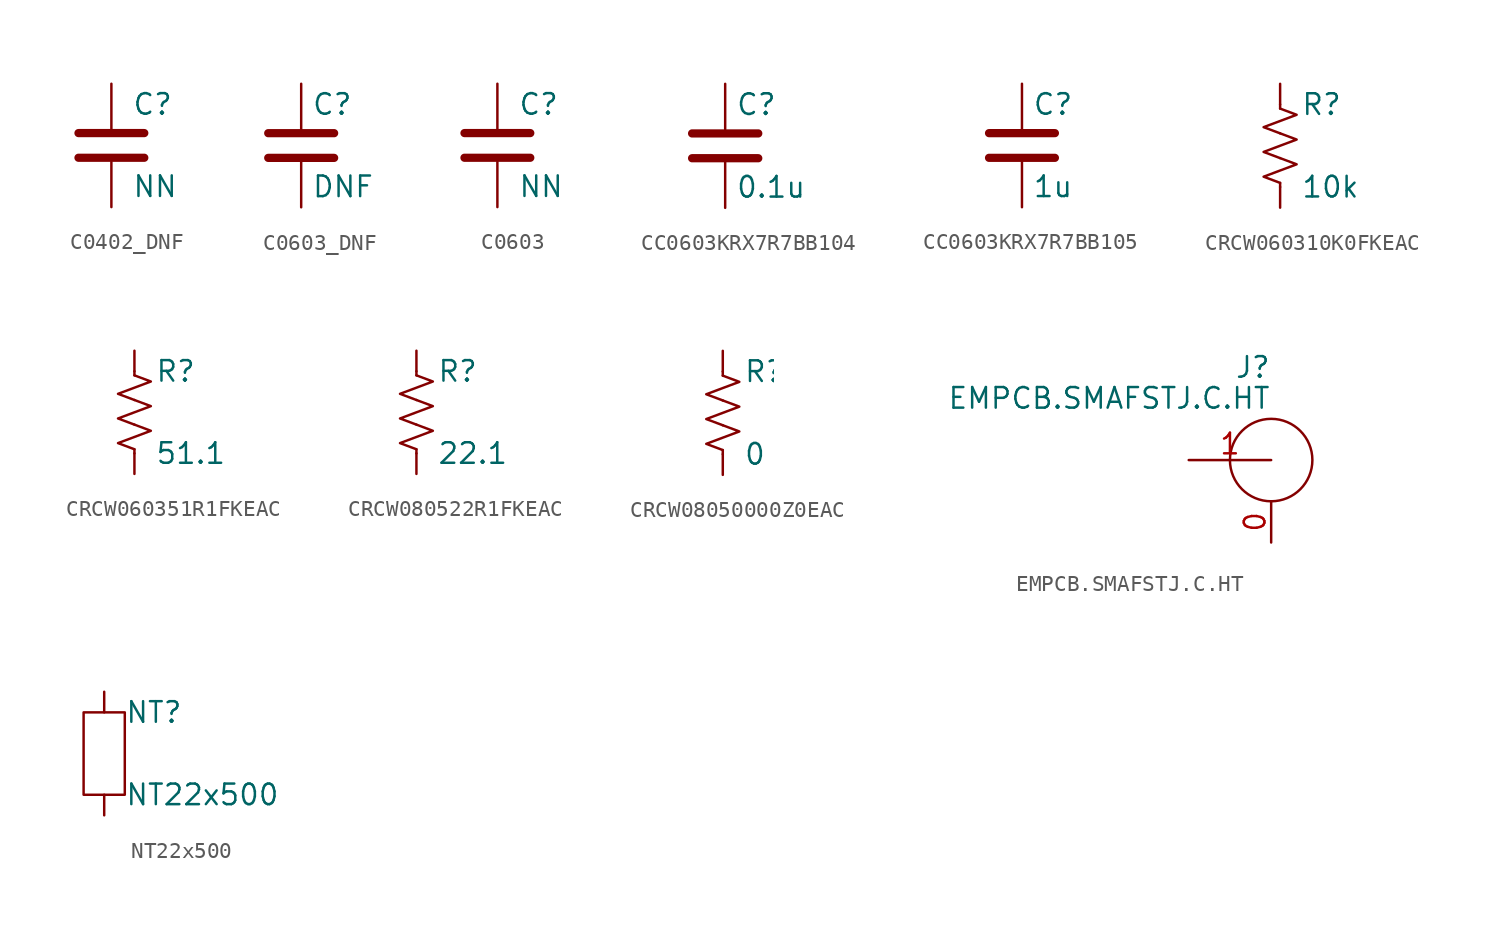
<source format=kicad_sym>
(kicad_symbol_lib
  (version 20231120)
  (generator "kicad_symbol_editor")
  (generator_version "8.0")
  (symbol "C0402_DNF"
    (pin_numbers hide)
    (pin_names
      (offset 0.254))
    (property "Reference" "C"
      (at 1.27 2.54 0)
      (effects (font (size 1.27 1.27)) (justify left)))
    (property "Value" "NN"
      (at 1.27 -2.54 0)
      (effects (font (size 1.27 1.27)) (justify left)))
    (symbol "C0402_DNF_0_1"
      (polyline (pts (xy -2.032 -0.762) (xy 2.032 -0.762)) (stroke (width 0.508) (type default)) (fill (type none)))
      (polyline (pts (xy -2.032 0.762) (xy 2.032 0.762)) (stroke (width 0.508) (type default)) (fill (type none))))
    (symbol "C0402_DNF_1_1"
      (pin passive line (at 0 3.81 270) (length 2.794) (name "~" (effects (font (size 1.27 1.27)))) (number "1" (effects (font (size 1.27 1.27)))))
      (pin passive line (at 0 -3.81 90) (length 2.794) (name "~" (effects (font (size 1.27 1.27)))) (number "2" (effects (font (size 1.27 1.27)))))))
  (symbol "C0603_DNF"
    (pin_numbers hide)
    (pin_names
      (offset 0.254))
    (property "Reference" "C"
      (at 0.635 2.54 0)
      (effects (font (size 1.27 1.27)) (justify left)))
    (property "Value" "DNF"
      (at 0.635 -2.54 0)
      (effects (font (size 1.27 1.27)) (justify left)))
    (symbol "C0603_DNF_0_1"
      (polyline (pts (xy -2.032 -0.762) (xy 2.032 -0.762)) (stroke (width 0.508) (type default)) (fill (type none)))
      (polyline (pts (xy -2.032 0.762) (xy 2.032 0.762)) (stroke (width 0.508) (type default)) (fill (type none))))
    (symbol "C0603_DNF_1_1"
      (pin passive line (at 0 3.81 270) (length 2.794) (name "~" (effects (font (size 1.27 1.27)))) (number "1" (effects (font (size 1.27 1.27)))))
      (pin passive line (at 0 -3.81 90) (length 2.794) (name "~" (effects (font (size 1.27 1.27)))) (number "2" (effects (font (size 1.27 1.27)))))))
  (symbol "C0603"
    (pin_numbers hide)
    (pin_names
      (offset 0.254))
    (property "Reference" "C"
      (at 1.27 2.54 0)
      (effects (font (size 1.27 1.27)) (justify left)))
    (property "Value" "NN"
      (at 1.27 -2.54 0)
      (effects (font (size 1.27 1.27)) (justify left)))
    (symbol "C0603_0_1"
      (polyline (pts (xy -2.032 -0.762) (xy 2.032 -0.762)) (stroke (width 0.508) (type default)) (fill (type none)))
      (polyline (pts (xy -2.032 0.762) (xy 2.032 0.762)) (stroke (width 0.508) (type default)) (fill (type none))))
    (symbol "C0603_1_1"
      (pin passive line (at 0 3.81 270) (length 2.794) (name "~" (effects (font (size 1.27 1.27)))) (number "1" (effects (font (size 1.27 1.27)))))
      (pin passive line (at 0 -3.81 90) (length 2.794) (name "~" (effects (font (size 1.27 1.27)))) (number "2" (effects (font (size 1.27 1.27)))))))
  (symbol "CC0603KRX7R7BB104"
    (pin_numbers hide)
    (pin_names
      (offset 0.254))
    (property "Reference" "C"
      (at 0.635 2.54 0)
      (effects (font (size 1.27 1.27)) (justify left)))
    (property "Value" "0.1u"
      (at 0.635 -2.54 0)
      (effects (font (size 1.27 1.27)) (justify left)))
    (symbol "CC0603KRX7R7BB104_0_1"
      (polyline (pts (xy -2.032 -0.762) (xy 2.032 -0.762)) (stroke (width 0.508) (type default)) (fill (type none)))
      (polyline (pts (xy -2.032 0.762) (xy 2.032 0.762)) (stroke (width 0.508) (type default)) (fill (type none))))
    (symbol "CC0603KRX7R7BB104_1_1"
      (pin passive line (at 0 3.81 270) (length 2.794) (name "~" (effects (font (size 1.27 1.27)))) (number "1" (effects (font (size 1.27 1.27)))))
      (pin passive line (at 0 -3.81 90) (length 2.794) (name "~" (effects (font (size 1.27 1.27)))) (number "2" (effects (font (size 1.27 1.27)))))))
  (symbol "CC0603KRX7R7BB105"
    (pin_numbers hide)
    (pin_names
      (offset 0.254))
    (property "Reference" "C"
      (at 0.635 2.54 0)
      (effects (font (size 1.27 1.27)) (justify left)))
    (property "Value" "1u"
      (at 0.635 -2.54 0)
      (effects (font (size 1.27 1.27)) (justify left)))
    (symbol "CC0603KRX7R7BB105_0_1"
      (polyline (pts (xy -2.032 -0.762) (xy 2.032 -0.762)) (stroke (width 0.508) (type default)) (fill (type none)))
      (polyline (pts (xy -2.032 0.762) (xy 2.032 0.762)) (stroke (width 0.508) (type default)) (fill (type none))))
    (symbol "CC0603KRX7R7BB105_1_1"
      (pin passive line (at 0 3.81 270) (length 2.794) (name "~" (effects (font (size 1.27 1.27)))) (number "1" (effects (font (size 1.27 1.27)))))
      (pin passive line (at 0 -3.81 90) (length 2.794) (name "~" (effects (font (size 1.27 1.27)))) (number "2" (effects (font (size 1.27 1.27)))))))
  (symbol "CRCW060310K0FKEAC"
    (pin_numbers hide)
    (pin_names
      (offset 0))
    (property "Reference" "R"
      (at 1.27 2.54 0)
      (effects (font (size 1.27 1.27)) (justify left)))
    (property "Value" "10k"
      (at 1.27 -2.54 0)
      (effects (font (size 1.27 1.27)) (justify left)))
    (symbol "CRCW060310K0FKEAC_0_1"
      (polyline (pts (xy 0 -2.286) (xy 0 -2.54)) (stroke (width 0) (type default)) (fill (type none)))
      (polyline (pts (xy 0 2.286) (xy 0 2.54)) (stroke (width 0) (type default)) (fill (type none)))
      (polyline (pts (xy 0 -0.762) (xy 1.016 -1.143) (xy 0 -1.524) (xy -1.016 -1.905) (xy 0 -2.286)) (stroke (width 0) (type default)) (fill (type none)))
      (polyline (pts (xy 0 0.762) (xy 1.016 0.381) (xy 0 0) (xy -1.016 -0.381) (xy 0 -0.762)) (stroke (width 0) (type default)) (fill (type none)))
      (polyline (pts (xy 0 2.286) (xy 1.016 1.905) (xy 0 1.524) (xy -1.016 1.143) (xy 0 0.762)) (stroke (width 0) (type default)) (fill (type none))))
    (symbol "CRCW060310K0FKEAC_1_1"
      (pin passive line (at 0 3.81 270) (length 1.27) (name "~" (effects (font (size 1.27 1.27)))) (number "1" (effects (font (size 1.27 1.27)))))
      (pin passive line (at 0 -3.81 90) (length 1.27) (name "~" (effects (font (size 1.27 1.27)))) (number "2" (effects (font (size 1.27 1.27)))))))
  (symbol "CRCW060351R1FKEAC"
    (pin_numbers hide)
    (pin_names
      (offset 0))
    (property "Reference" "R"
      (at 1.27 2.54 0)
      (effects (font (size 1.27 1.27)) (justify left)))
    (property "Value" "51.1"
      (at 1.27 -2.54 0)
      (effects (font (size 1.27 1.27)) (justify left)))
    (symbol "CRCW060351R1FKEAC_0_1"
      (polyline (pts (xy 0 -2.286) (xy 0 -2.54)) (stroke (width 0) (type default)) (fill (type none)))
      (polyline (pts (xy 0 2.286) (xy 0 2.54)) (stroke (width 0) (type default)) (fill (type none)))
      (polyline (pts (xy 0 -0.762) (xy 1.016 -1.143) (xy 0 -1.524) (xy -1.016 -1.905) (xy 0 -2.286)) (stroke (width 0) (type default)) (fill (type none)))
      (polyline (pts (xy 0 0.762) (xy 1.016 0.381) (xy 0 0) (xy -1.016 -0.381) (xy 0 -0.762)) (stroke (width 0) (type default)) (fill (type none)))
      (polyline (pts (xy 0 2.286) (xy 1.016 1.905) (xy 0 1.524) (xy -1.016 1.143) (xy 0 0.762)) (stroke (width 0) (type default)) (fill (type none))))
    (symbol "CRCW060351R1FKEAC_1_1"
      (pin passive line (at 0 3.81 270) (length 1.27) (name "~" (effects (font (size 1.27 1.27)))) (number "1" (effects (font (size 1.27 1.27)))))
      (pin passive line (at 0 -3.81 90) (length 1.27) (name "~" (effects (font (size 1.27 1.27)))) (number "2" (effects (font (size 1.27 1.27)))))))
  (symbol "CRCW080522R1FKEAC"
    (pin_numbers hide)
    (pin_names
      (offset 0))
    (property "Reference" "R"
      (at 1.27 2.54 0)
      (effects (font (size 1.27 1.27)) (justify left)))
    (property "Value" "22.1"
      (at 1.27 -2.54 0)
      (effects (font (size 1.27 1.27)) (justify left)))
    (symbol "CRCW080522R1FKEAC_0_1"
      (polyline (pts (xy 0 -2.286) (xy 0 -2.54)) (stroke (width 0) (type default)) (fill (type none)))
      (polyline (pts (xy 0 2.286) (xy 0 2.54)) (stroke (width 0) (type default)) (fill (type none)))
      (polyline (pts (xy 0 -0.762) (xy 1.016 -1.143) (xy 0 -1.524) (xy -1.016 -1.905) (xy 0 -2.286)) (stroke (width 0) (type default)) (fill (type none)))
      (polyline (pts (xy 0 0.762) (xy 1.016 0.381) (xy 0 0) (xy -1.016 -0.381) (xy 0 -0.762)) (stroke (width 0) (type default)) (fill (type none)))
      (polyline (pts (xy 0 2.286) (xy 1.016 1.905) (xy 0 1.524) (xy -1.016 1.143) (xy 0 0.762)) (stroke (width 0) (type default)) (fill (type none))))
    (symbol "CRCW080522R1FKEAC_1_1"
      (pin passive line (at 0 3.81 270) (length 1.27) (name "~" (effects (font (size 1.27 1.27)))) (number "1" (effects (font (size 1.27 1.27)))))
      (pin passive line (at 0 -3.81 90) (length 1.27) (name "~" (effects (font (size 1.27 1.27)))) (number "2" (effects (font (size 1.27 1.27)))))))
  (symbol "CRCW08050000Z0EAC"
    (pin_numbers hide)
    (pin_names
      (offset 0))
    (property "Reference" "R"
      (at 1.27 2.54 0)
      (effects (font (size 1.27 1.27)) (justify left)))
    (property "Value" "0"
      (at 1.27 -2.54 0)
      (effects (font (size 1.27 1.27)) (justify left)))
    (symbol "CRCW08050000Z0EAC_0_1"
      (polyline (pts (xy 0 -2.286) (xy 0 -2.54)) (stroke (width 0) (type default)) (fill (type none)))
      (polyline (pts (xy 0 2.286) (xy 0 2.54)) (stroke (width 0) (type default)) (fill (type none)))
      (polyline (pts (xy 0 -0.762) (xy 1.016 -1.143) (xy 0 -1.524) (xy -1.016 -1.905) (xy 0 -2.286)) (stroke (width 0) (type default)) (fill (type none)))
      (polyline (pts (xy 0 0.762) (xy 1.016 0.381) (xy 0 0) (xy -1.016 -0.381) (xy 0 -0.762)) (stroke (width 0) (type default)) (fill (type none)))
      (polyline (pts (xy 0 2.286) (xy 1.016 1.905) (xy 0 1.524) (xy -1.016 1.143) (xy 0 0.762)) (stroke (width 0) (type default)) (fill (type none))))
    (symbol "CRCW08050000Z0EAC_1_1"
      (pin passive line (at 0 3.81 270) (length 1.27) (name "~" (effects (font (size 1.27 1.27)))) (number "1" (effects (font (size 1.27 1.27)))))
      (pin passive line (at 0 -3.81 90) (length 1.27) (name "~" (effects (font (size 1.27 1.27)))) (number "2" (effects (font (size 1.27 1.27)))))))
  (symbol "EMPCB.SMAFSTJ.C.HT"
    (pin_names
      (offset 1.016) hide)
    (property "Reference" "J"
      (at 0 5.715 0)
      (effects (font (size 1.27 1.27)) (justify right)))
    (property "Value" "EMPCB.SMAFSTJ.C.HT"
      (at 0 3.81 0)
      (effects (font (size 1.27 1.27)) (justify right)))
    (symbol "EMPCB.SMAFSTJ.C.HT_0_1"
      (circle (center 0 0) (radius 2.54) (stroke (width 0) (type default)) (fill (type none))))
    (symbol "EMPCB.SMAFSTJ.C.HT_1_0"
      (pin passive line (at 0 -5.08 90) (length 2.54) (name "~" (effects (font (size 1.27 1.27)))) (number "0" (effects (font (size 1.27 1.27))))))
    (symbol "EMPCB.SMAFSTJ.C.HT_1_1"
      (pin passive line (at -5.08 0 0) (length 5.08) (name "Pin_1" (effects (font (size 1.27 1.27)))) (number "1" (effects (font (size 1.27 1.27)))))))
  (symbol "NT22x500"
    (pin_numbers hide)
    (pin_names
      (offset 0.254))
    (property "Reference" "NT"
      (at 1.27 2.54 0)
      (effects (font (size 1.27 1.27)) (justify left)))
    (property "Value" "NT22x500"
      (at 1.27 -2.54 0)
      (effects (font (size 1.27 1.27)) (justify left)))
    (symbol "NT22x500_0_1"
      (rectangle (start -1.27 2.54) (end 1.27 -2.54) (stroke (width 0) (type default)) (fill (type none))))
    (symbol "NT22x500_1_1"
      (pin passive line (at 0 3.81 270) (length 1.27) (name "" (effects (font (size 1.27 1.27)))) (number "1" (effects (font (size 1.27 1.27)))))
      (pin passive line (at 0 -3.81 90) (length 1.27) (name "" (effects (font (size 1.27 1.27)))) (number "2" (effects (font (size 1.27 1.27))))))))
</source>
